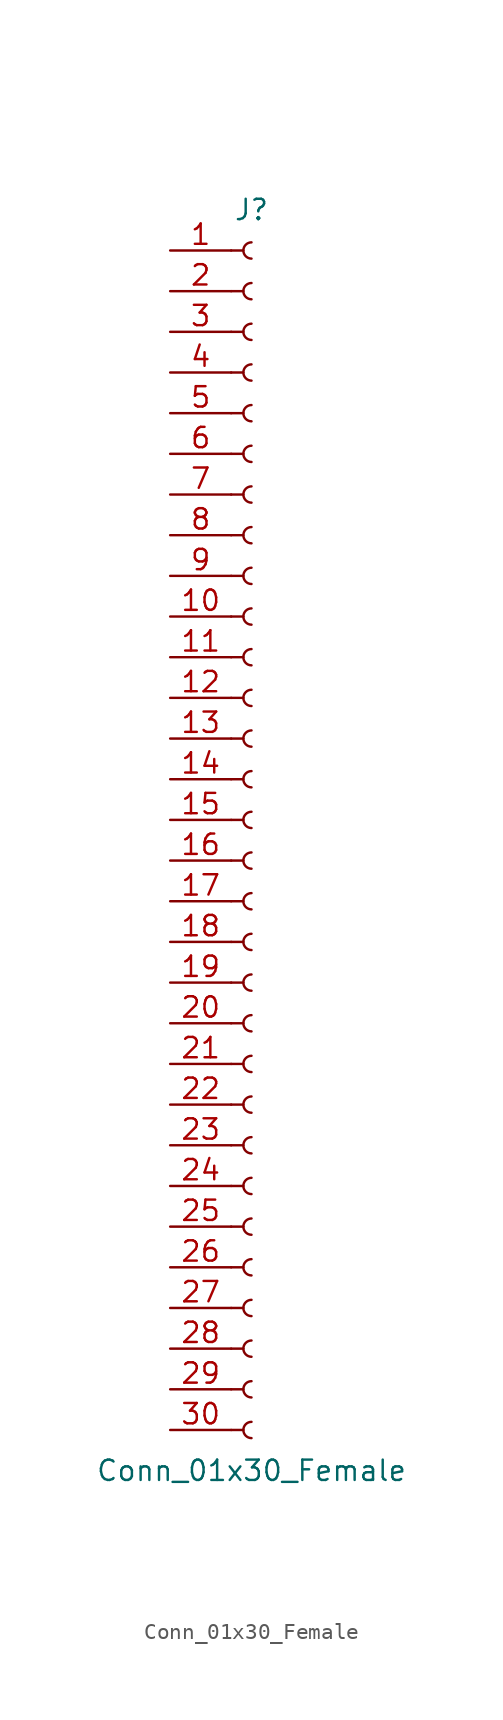
<source format=kicad_sym>
(kicad_symbol_lib
  (version 20211014)
  (generator kicad_symbol_editor)
  (symbol "Conn_01x30_Female"
    (pin_names
      (offset 1.016) hide)
    (property "Reference" "J"
      (at 0 38.1 0)
      (effects (font (size 1.27 1.27))))
    (property "Value" "Conn_01x30_Female"
      (at 0 -40.64 0)
      (effects (font (size 1.27 1.27))))
    (symbol "Conn_01x30_Female_1_1"
      (arc (start 0 -37.592) (mid -0.508 -38.1) (end 0 -38.608) (stroke (width 0.1524) (type default) (color 0 0 0 0)) (fill (type none)))
      (arc (start 0 -35.052) (mid -0.508 -35.56) (end 0 -36.068) (stroke (width 0.1524) (type default) (color 0 0 0 0)) (fill (type none)))
      (arc (start 0 -32.512) (mid -0.508 -33.02) (end 0 -33.528) (stroke (width 0.1524) (type default) (color 0 0 0 0)) (fill (type none)))
      (arc (start 0 -29.972) (mid -0.508 -30.48) (end 0 -30.988) (stroke (width 0.1524) (type default) (color 0 0 0 0)) (fill (type none)))
      (arc (start 0 -27.432) (mid -0.508 -27.94) (end 0 -28.448) (stroke (width 0.1524) (type default) (color 0 0 0 0)) (fill (type none)))
      (arc (start 0 -24.892) (mid -0.508 -25.4) (end 0 -25.908) (stroke (width 0.1524) (type default) (color 0 0 0 0)) (fill (type none)))
      (arc (start 0 -22.352) (mid -0.508 -22.86) (end 0 -23.368) (stroke (width 0.1524) (type default) (color 0 0 0 0)) (fill (type none)))
      (arc (start 0 -19.812) (mid -0.508 -20.32) (end 0 -20.828) (stroke (width 0.1524) (type default) (color 0 0 0 0)) (fill (type none)))
      (arc (start 0 -17.272) (mid -0.508 -17.78) (end 0 -18.288) (stroke (width 0.1524) (type default) (color 0 0 0 0)) (fill (type none)))
      (arc (start 0 -14.732) (mid -0.508 -15.24) (end 0 -15.748) (stroke (width 0.1524) (type default) (color 0 0 0 0)) (fill (type none)))
      (arc (start 0 -12.192) (mid -0.508 -12.7) (end 0 -13.208) (stroke (width 0.1524) (type default) (color 0 0 0 0)) (fill (type none)))
      (arc (start 0 -9.652) (mid -0.508 -10.16) (end 0 -10.668) (stroke (width 0.1524) (type default) (color 0 0 0 0)) (fill (type none)))
      (arc (start 0 -7.112) (mid -0.508 -7.62) (end 0 -8.128) (stroke (width 0.1524) (type default) (color 0 0 0 0)) (fill (type none)))
      (arc (start 0 -4.572) (mid -0.508 -5.08) (end 0 -5.588) (stroke (width 0.1524) (type default) (color 0 0 0 0)) (fill (type none)))
      (arc (start 0 -2.032) (mid -0.508 -2.54) (end 0 -3.048) (stroke (width 0.1524) (type default) (color 0 0 0 0)) (fill (type none)))
      (polyline (pts (xy -1.27 -38.1) (xy -0.508 -38.1)) (stroke (width 0.152) (type default) (color 0 0 0 0)) (fill (type none)))
      (polyline (pts (xy -1.27 -35.56) (xy -0.508 -35.56)) (stroke (width 0.152) (type default) (color 0 0 0 0)) (fill (type none)))
      (polyline (pts (xy -1.27 -33.02) (xy -0.508 -33.02)) (stroke (width 0.152) (type default) (color 0 0 0 0)) (fill (type none)))
      (polyline (pts (xy -1.27 -30.48) (xy -0.508 -30.48)) (stroke (width 0.152) (type default) (color 0 0 0 0)) (fill (type none)))
      (polyline (pts (xy -1.27 -27.94) (xy -0.508 -27.94)) (stroke (width 0.152) (type default) (color 0 0 0 0)) (fill (type none)))
      (polyline (pts (xy -1.27 -25.4) (xy -0.508 -25.4)) (stroke (width 0.152) (type default) (color 0 0 0 0)) (fill (type none)))
      (polyline (pts (xy -1.27 -22.86) (xy -0.508 -22.86)) (stroke (width 0.152) (type default) (color 0 0 0 0)) (fill (type none)))
      (polyline (pts (xy -1.27 -20.32) (xy -0.508 -20.32)) (stroke (width 0.152) (type default) (color 0 0 0 0)) (fill (type none)))
      (polyline (pts (xy -1.27 -17.78) (xy -0.508 -17.78)) (stroke (width 0.152) (type default) (color 0 0 0 0)) (fill (type none)))
      (polyline (pts (xy -1.27 -15.24) (xy -0.508 -15.24)) (stroke (width 0.152) (type default) (color 0 0 0 0)) (fill (type none)))
      (polyline (pts (xy -1.27 -12.7) (xy -0.508 -12.7)) (stroke (width 0.152) (type default) (color 0 0 0 0)) (fill (type none)))
      (polyline (pts (xy -1.27 -10.16) (xy -0.508 -10.16)) (stroke (width 0.152) (type default) (color 0 0 0 0)) (fill (type none)))
      (polyline (pts (xy -1.27 -7.62) (xy -0.508 -7.62)) (stroke (width 0.152) (type default) (color 0 0 0 0)) (fill (type none)))
      (polyline (pts (xy -1.27 -5.08) (xy -0.508 -5.08)) (stroke (width 0.152) (type default) (color 0 0 0 0)) (fill (type none)))
      (polyline (pts (xy -1.27 -2.54) (xy -0.508 -2.54)) (stroke (width 0.152) (type default) (color 0 0 0 0)) (fill (type none)))
      (polyline (pts (xy -1.27 0) (xy -0.508 0)) (stroke (width 0.152) (type default) (color 0 0 0 0)) (fill (type none)))
      (polyline (pts (xy -1.27 2.54) (xy -0.508 2.54)) (stroke (width 0.152) (type default) (color 0 0 0 0)) (fill (type none)))
      (polyline (pts (xy -1.27 5.08) (xy -0.508 5.08)) (stroke (width 0.152) (type default) (color 0 0 0 0)) (fill (type none)))
      (polyline (pts (xy -1.27 7.62) (xy -0.508 7.62)) (stroke (width 0.152) (type default) (color 0 0 0 0)) (fill (type none)))
      (polyline (pts (xy -1.27 10.16) (xy -0.508 10.16)) (stroke (width 0.152) (type default) (color 0 0 0 0)) (fill (type none)))
      (polyline (pts (xy -1.27 12.7) (xy -0.508 12.7)) (stroke (width 0.152) (type default) (color 0 0 0 0)) (fill (type none)))
      (polyline (pts (xy -1.27 15.24) (xy -0.508 15.24)) (stroke (width 0.152) (type default) (color 0 0 0 0)) (fill (type none)))
      (polyline (pts (xy -1.27 17.78) (xy -0.508 17.78)) (stroke (width 0.152) (type default) (color 0 0 0 0)) (fill (type none)))
      (polyline (pts (xy -1.27 20.32) (xy -0.508 20.32)) (stroke (width 0.152) (type default) (color 0 0 0 0)) (fill (type none)))
      (polyline (pts (xy -1.27 22.86) (xy -0.508 22.86)) (stroke (width 0.152) (type default) (color 0 0 0 0)) (fill (type none)))
      (polyline (pts (xy -1.27 25.4) (xy -0.508 25.4)) (stroke (width 0.152) (type default) (color 0 0 0 0)) (fill (type none)))
      (polyline (pts (xy -1.27 27.94) (xy -0.508 27.94)) (stroke (width 0.152) (type default) (color 0 0 0 0)) (fill (type none)))
      (polyline (pts (xy -1.27 30.48) (xy -0.508 30.48)) (stroke (width 0.152) (type default) (color 0 0 0 0)) (fill (type none)))
      (polyline (pts (xy -1.27 33.02) (xy -0.508 33.02)) (stroke (width 0.152) (type default) (color 0 0 0 0)) (fill (type none)))
      (polyline (pts (xy -1.27 35.56) (xy -0.508 35.56)) (stroke (width 0.152) (type default) (color 0 0 0 0)) (fill (type none)))
      (arc (start 0 0.508) (mid -0.508 0) (end 0 -0.508) (stroke (width 0.1524) (type default) (color 0 0 0 0)) (fill (type none)))
      (arc (start 0 3.048) (mid -0.508 2.54) (end 0 2.032) (stroke (width 0.1524) (type default) (color 0 0 0 0)) (fill (type none)))
      (arc (start 0 5.588) (mid -0.508 5.08) (end 0 4.572) (stroke (width 0.1524) (type default) (color 0 0 0 0)) (fill (type none)))
      (arc (start 0 8.128) (mid -0.508 7.62) (end 0 7.112) (stroke (width 0.1524) (type default) (color 0 0 0 0)) (fill (type none)))
      (arc (start 0 10.668) (mid -0.508 10.16) (end 0 9.652) (stroke (width 0.1524) (type default) (color 0 0 0 0)) (fill (type none)))
      (arc (start 0 13.208) (mid -0.508 12.7) (end 0 12.192) (stroke (width 0.1524) (type default) (color 0 0 0 0)) (fill (type none)))
      (arc (start 0 15.748) (mid -0.508 15.24) (end 0 14.732) (stroke (width 0.1524) (type default) (color 0 0 0 0)) (fill (type none)))
      (arc (start 0 18.288) (mid -0.508 17.78) (end 0 17.272) (stroke (width 0.1524) (type default) (color 0 0 0 0)) (fill (type none)))
      (arc (start 0 20.828) (mid -0.508 20.32) (end 0 19.812) (stroke (width 0.1524) (type default) (color 0 0 0 0)) (fill (type none)))
      (arc (start 0 23.368) (mid -0.508 22.86) (end 0 22.352) (stroke (width 0.1524) (type default) (color 0 0 0 0)) (fill (type none)))
      (arc (start 0 25.908) (mid -0.508 25.4) (end 0 24.892) (stroke (width 0.1524) (type default) (color 0 0 0 0)) (fill (type none)))
      (arc (start 0 28.448) (mid -0.508 27.94) (end 0 27.432) (stroke (width 0.1524) (type default) (color 0 0 0 0)) (fill (type none)))
      (arc (start 0 30.988) (mid -0.508 30.48) (end 0 29.972) (stroke (width 0.1524) (type default) (color 0 0 0 0)) (fill (type none)))
      (arc (start 0 33.528) (mid -0.508 33.02) (end 0 32.512) (stroke (width 0.1524) (type default) (color 0 0 0 0)) (fill (type none)))
      (arc (start 0 36.068) (mid -0.508 35.56) (end 0 35.052) (stroke (width 0.1524) (type default) (color 0 0 0 0)) (fill (type none)))
      (pin passive line (at -5.08 35.56 0) (length 3.81) (name "Pin_1" (effects (font (size 1.27 1.27)))) (number "1" (effects (font (size 1.27 1.27)))))
      (pin passive line (at -5.08 12.7 0) (length 3.81) (name "Pin_10" (effects (font (size 1.27 1.27)))) (number "10" (effects (font (size 1.27 1.27)))))
      (pin passive line (at -5.08 10.16 0) (length 3.81) (name "Pin_11" (effects (font (size 1.27 1.27)))) (number "11" (effects (font (size 1.27 1.27)))))
      (pin passive line (at -5.08 7.62 0) (length 3.81) (name "Pin_12" (effects (font (size 1.27 1.27)))) (number "12" (effects (font (size 1.27 1.27)))))
      (pin passive line (at -5.08 5.08 0) (length 3.81) (name "Pin_13" (effects (font (size 1.27 1.27)))) (number "13" (effects (font (size 1.27 1.27)))))
      (pin passive line (at -5.08 2.54 0) (length 3.81) (name "Pin_14" (effects (font (size 1.27 1.27)))) (number "14" (effects (font (size 1.27 1.27)))))
      (pin passive line (at -5.08 0 0) (length 3.81) (name "Pin_15" (effects (font (size 1.27 1.27)))) (number "15" (effects (font (size 1.27 1.27)))))
      (pin passive line (at -5.08 -2.54 0) (length 3.81) (name "Pin_16" (effects (font (size 1.27 1.27)))) (number "16" (effects (font (size 1.27 1.27)))))
      (pin passive line (at -5.08 -5.08 0) (length 3.81) (name "Pin_17" (effects (font (size 1.27 1.27)))) (number "17" (effects (font (size 1.27 1.27)))))
      (pin passive line (at -5.08 -7.62 0) (length 3.81) (name "Pin_18" (effects (font (size 1.27 1.27)))) (number "18" (effects (font (size 1.27 1.27)))))
      (pin passive line (at -5.08 -10.16 0) (length 3.81) (name "Pin_19" (effects (font (size 1.27 1.27)))) (number "19" (effects (font (size 1.27 1.27)))))
      (pin passive line (at -5.08 33.02 0) (length 3.81) (name "Pin_2" (effects (font (size 1.27 1.27)))) (number "2" (effects (font (size 1.27 1.27)))))
      (pin passive line (at -5.08 -12.7 0) (length 3.81) (name "Pin_20" (effects (font (size 1.27 1.27)))) (number "20" (effects (font (size 1.27 1.27)))))
      (pin passive line (at -5.08 -15.24 0) (length 3.81) (name "Pin_21" (effects (font (size 1.27 1.27)))) (number "21" (effects (font (size 1.27 1.27)))))
      (pin passive line (at -5.08 -17.78 0) (length 3.81) (name "Pin_22" (effects (font (size 1.27 1.27)))) (number "22" (effects (font (size 1.27 1.27)))))
      (pin passive line (at -5.08 -20.32 0) (length 3.81) (name "Pin_23" (effects (font (size 1.27 1.27)))) (number "23" (effects (font (size 1.27 1.27)))))
      (pin passive line (at -5.08 -22.86 0) (length 3.81) (name "Pin_24" (effects (font (size 1.27 1.27)))) (number "24" (effects (font (size 1.27 1.27)))))
      (pin passive line (at -5.08 -25.4 0) (length 3.81) (name "Pin_25" (effects (font (size 1.27 1.27)))) (number "25" (effects (font (size 1.27 1.27)))))
      (pin passive line (at -5.08 -27.94 0) (length 3.81) (name "Pin_26" (effects (font (size 1.27 1.27)))) (number "26" (effects (font (size 1.27 1.27)))))
      (pin passive line (at -5.08 -30.48 0) (length 3.81) (name "Pin_27" (effects (font (size 1.27 1.27)))) (number "27" (effects (font (size 1.27 1.27)))))
      (pin passive line (at -5.08 -33.02 0) (length 3.81) (name "Pin_28" (effects (font (size 1.27 1.27)))) (number "28" (effects (font (size 1.27 1.27)))))
      (pin passive line (at -5.08 -35.56 0) (length 3.81) (name "Pin_29" (effects (font (size 1.27 1.27)))) (number "29" (effects (font (size 1.27 1.27)))))
      (pin passive line (at -5.08 30.48 0) (length 3.81) (name "Pin_3" (effects (font (size 1.27 1.27)))) (number "3" (effects (font (size 1.27 1.27)))))
      (pin passive line (at -5.08 -38.1 0) (length 3.81) (name "Pin_30" (effects (font (size 1.27 1.27)))) (number "30" (effects (font (size 1.27 1.27)))))
      (pin passive line (at -5.08 27.94 0) (length 3.81) (name "Pin_4" (effects (font (size 1.27 1.27)))) (number "4" (effects (font (size 1.27 1.27)))))
      (pin passive line (at -5.08 25.4 0) (length 3.81) (name "Pin_5" (effects (font (size 1.27 1.27)))) (number "5" (effects (font (size 1.27 1.27)))))
      (pin passive line (at -5.08 22.86 0) (length 3.81) (name "Pin_6" (effects (font (size 1.27 1.27)))) (number "6" (effects (font (size 1.27 1.27)))))
      (pin passive line (at -5.08 20.32 0) (length 3.81) (name "Pin_7" (effects (font (size 1.27 1.27)))) (number "7" (effects (font (size 1.27 1.27)))))
      (pin passive line (at -5.08 17.78 0) (length 3.81) (name "Pin_8" (effects (font (size 1.27 1.27)))) (number "8" (effects (font (size 1.27 1.27)))))
      (pin passive line (at -5.08 15.24 0) (length 3.81) (name "Pin_9" (effects (font (size 1.27 1.27)))) (number "9" (effects (font (size 1.27 1.27))))))))
</source>
